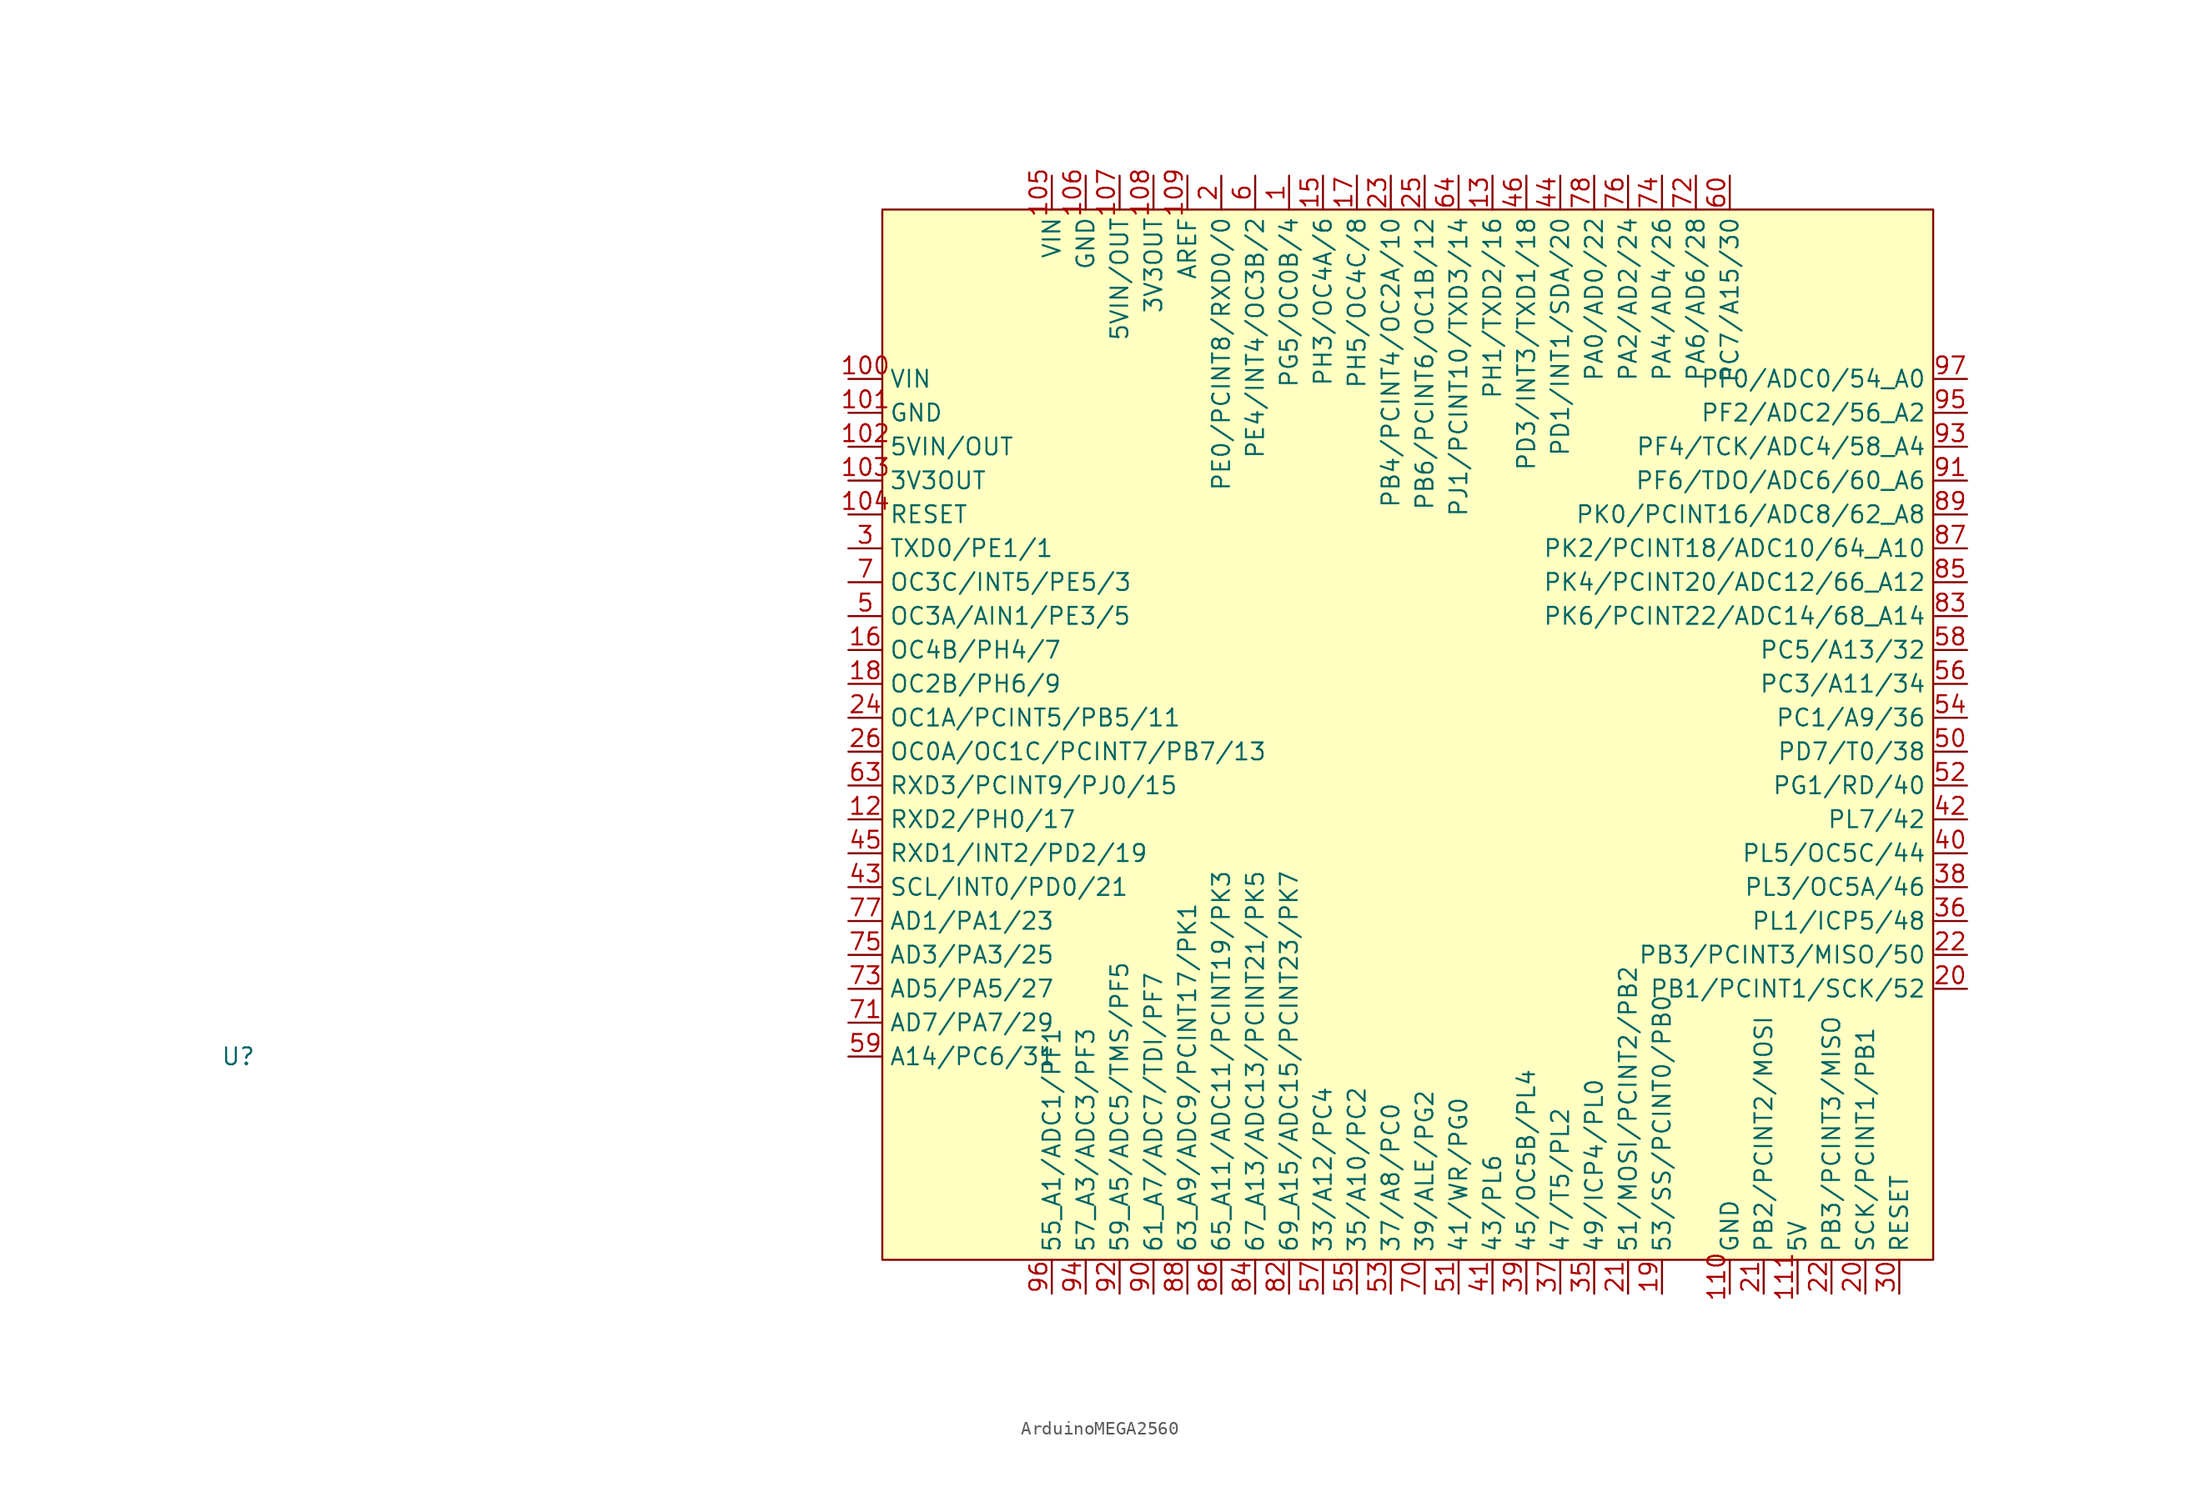
<source format=kicad_sym>
(kicad_symbol_lib
  (version 20220914)
  (generator kicad_symbol_editor)
  (symbol "ArduinoMEGA2560"
    (property "Reference" "U"
      (at -88.9 -22.86 0)
      (effects (font (size 1.27 1.27))))
    (property "Value" ""
      (at -40.64 15.24 0)
      (effects (font (size 1.27 1.27))))
    (symbol "ArduinoMEGA2560_1_1"
      (rectangle (start -40.64 40.64) (end 38.1 -38.1) (stroke (width 0) (type default)) (fill (type background)))
      (pin passive line (at -10.16 43.18 270) (length 2.54) (name "PG5/OC0B/4" (effects (font (size 1.27 1.27)))) (number "1" (effects (font (size 1.27 1.27)))))
      (pin passive line (at -43.18 27.94 0) (length 2.54) (name "VIN" (effects (font (size 1.27 1.27)))) (number "100" (effects (font (size 1.27 1.27)))))
      (pin passive line (at -43.18 25.4 0) (length 2.54) (name "GND" (effects (font (size 1.27 1.27)))) (number "101" (effects (font (size 1.27 1.27)))))
      (pin passive line (at -43.18 22.86 0) (length 2.54) (name "5VIN/OUT" (effects (font (size 1.27 1.27)))) (number "102" (effects (font (size 1.27 1.27)))))
      (pin passive line (at -43.18 20.32 0) (length 2.54) (name "3V3OUT" (effects (font (size 1.27 1.27)))) (number "103" (effects (font (size 1.27 1.27)))))
      (pin passive line (at -43.18 17.78 0) (length 2.54) (name "RESET" (effects (font (size 1.27 1.27)))) (number "104" (effects (font (size 1.27 1.27)))))
      (pin passive line (at -27.94 43.18 270) (length 2.54) (name "VIN" (effects (font (size 1.27 1.27)))) (number "105" (effects (font (size 1.27 1.27)))))
      (pin passive line (at -25.4 43.18 270) (length 2.54) (name "GND" (effects (font (size 1.27 1.27)))) (number "106" (effects (font (size 1.27 1.27)))))
      (pin passive line (at -22.86 43.18 270) (length 2.54) (name "5VIN/OUT" (effects (font (size 1.27 1.27)))) (number "107" (effects (font (size 1.27 1.27)))))
      (pin passive line (at -20.32 43.18 270) (length 2.54) (name "3V3OUT" (effects (font (size 1.27 1.27)))) (number "108" (effects (font (size 1.27 1.27)))))
      (pin passive line (at -17.78 43.18 270) (length 2.54) (name "AREF" (effects (font (size 1.27 1.27)))) (number "109" (effects (font (size 1.27 1.27)))))
      (pin passive line (at 22.86 -40.64 90) (length 2.54) (name "GND" (effects (font (size 1.27 1.27)))) (number "110" (effects (font (size 1.27 1.27)))))
      (pin passive line (at 27.94 -40.64 90) (length 2.54) (name "5V" (effects (font (size 1.27 1.27)))) (number "111" (effects (font (size 1.27 1.27)))))
      (pin passive line (at -43.18 -5.08 0) (length 2.54) (name "RXD2/PH0/17" (effects (font (size 1.27 1.27)))) (number "12" (effects (font (size 1.27 1.27)))))
      (pin passive line (at 5.08 43.18 270) (length 2.54) (name "PH1/TXD2/16" (effects (font (size 1.27 1.27)))) (number "13" (effects (font (size 1.27 1.27)))))
      (pin passive line (at -7.62 43.18 270) (length 2.54) (name "PH3/OC4A/6" (effects (font (size 1.27 1.27)))) (number "15" (effects (font (size 1.27 1.27)))))
      (pin passive line (at -43.18 7.62 0) (length 2.54) (name "OC4B/PH4/7" (effects (font (size 1.27 1.27)))) (number "16" (effects (font (size 1.27 1.27)))))
      (pin passive line (at -5.08 43.18 270) (length 2.54) (name "PH5/OC4C/8" (effects (font (size 1.27 1.27)))) (number "17" (effects (font (size 1.27 1.27)))))
      (pin passive line (at -43.18 5.08 0) (length 2.54) (name "OC2B/PH6/9" (effects (font (size 1.27 1.27)))) (number "18" (effects (font (size 1.27 1.27)))))
      (pin passive line (at 17.78 -40.64 90) (length 2.54) (name "53/SS/PCINT0/PB0" (effects (font (size 1.27 1.27)))) (number "19" (effects (font (size 1.27 1.27)))))
      (pin passive line (at -15.24 43.18 270) (length 2.54) (name "PE0/PCINT8/RXD0/0" (effects (font (size 1.27 1.27)))) (number "2" (effects (font (size 1.27 1.27)))))
      (pin passive line (at 40.64 -17.78 180) (length 2.54) (name "PB1/PCINT1/SCK/52" (effects (font (size 1.27 1.27)))) (number "20" (effects (font (size 1.27 1.27)))))
      (pin passive line (at 33.02 -40.64 90) (length 2.54) (name "SCK/PCINT1/PB1" (effects (font (size 1.27 1.27)))) (number "20" (effects (font (size 1.27 1.27)))))
      (pin passive line (at 15.24 -40.64 90) (length 2.54) (name "51/MOSI/PCINT2/PB2" (effects (font (size 1.27 1.27)))) (number "21" (effects (font (size 1.27 1.27)))))
      (pin passive line (at 25.4 -40.64 90) (length 2.54) (name "PB2/PCINT2/MOSI" (effects (font (size 1.27 1.27)))) (number "21" (effects (font (size 1.27 1.27)))))
      (pin passive line (at 30.48 -40.64 90) (length 2.54) (name "PB3/PCINT3/MISO" (effects (font (size 1.27 1.27)))) (number "22" (effects (font (size 1.27 1.27)))))
      (pin passive line (at 40.64 -15.24 180) (length 2.54) (name "PB3/PCINT3/MISO/50" (effects (font (size 1.27 1.27)))) (number "22" (effects (font (size 1.27 1.27)))))
      (pin passive line (at -2.54 43.18 270) (length 2.54) (name "PB4/PCINT4/OC2A/10" (effects (font (size 1.27 1.27)))) (number "23" (effects (font (size 1.27 1.27)))))
      (pin passive line (at -43.18 2.54 0) (length 2.54) (name "OC1A/PCINT5/PB5/11" (effects (font (size 1.27 1.27)))) (number "24" (effects (font (size 1.27 1.27)))))
      (pin passive line (at 0 43.18 270) (length 2.54) (name "PB6/PCINT6/OC1B/12" (effects (font (size 1.27 1.27)))) (number "25" (effects (font (size 1.27 1.27)))))
      (pin passive line (at -43.18 0 0) (length 2.54) (name "OC0A/OC1C/PCINT7/PB7/13" (effects (font (size 1.27 1.27)))) (number "26" (effects (font (size 1.27 1.27)))))
      (pin passive line (at -43.18 15.24 0) (length 2.54) (name "TXD0/PE1/1" (effects (font (size 1.27 1.27)))) (number "3" (effects (font (size 1.27 1.27)))))
      (pin passive line (at 35.56 -40.64 90) (length 2.54) (name "RESET" (effects (font (size 1.27 1.27)))) (number "30" (effects (font (size 1.27 1.27)))))
      (pin passive line (at 12.7 -40.64 90) (length 2.54) (name "49/ICP4/PL0" (effects (font (size 1.27 1.27)))) (number "35" (effects (font (size 1.27 1.27)))))
      (pin passive line (at 40.64 -12.7 180) (length 2.54) (name "PL1/ICP5/48" (effects (font (size 1.27 1.27)))) (number "36" (effects (font (size 1.27 1.27)))))
      (pin passive line (at 10.16 -40.64 90) (length 2.54) (name "47/T5/PL2" (effects (font (size 1.27 1.27)))) (number "37" (effects (font (size 1.27 1.27)))))
      (pin passive line (at 40.64 -10.16 180) (length 2.54) (name "PL3/OC5A/46" (effects (font (size 1.27 1.27)))) (number "38" (effects (font (size 1.27 1.27)))))
      (pin passive line (at 7.62 -40.64 90) (length 2.54) (name "45/OC5B/PL4" (effects (font (size 1.27 1.27)))) (number "39" (effects (font (size 1.27 1.27)))))
      (pin passive line (at 40.64 -7.62 180) (length 2.54) (name "PL5/OC5C/44" (effects (font (size 1.27 1.27)))) (number "40" (effects (font (size 1.27 1.27)))))
      (pin passive line (at 5.08 -40.64 90) (length 2.54) (name "43/PL6" (effects (font (size 1.27 1.27)))) (number "41" (effects (font (size 1.27 1.27)))))
      (pin passive line (at 40.64 -5.08 180) (length 2.54) (name "PL7/42" (effects (font (size 1.27 1.27)))) (number "42" (effects (font (size 1.27 1.27)))))
      (pin passive line (at -43.18 -10.16 0) (length 2.54) (name "SCL/INT0/PD0/21" (effects (font (size 1.27 1.27)))) (number "43" (effects (font (size 1.27 1.27)))))
      (pin passive line (at 10.16 43.18 270) (length 2.54) (name "PD1/INT1/SDA/20" (effects (font (size 1.27 1.27)))) (number "44" (effects (font (size 1.27 1.27)))))
      (pin passive line (at -43.18 -7.62 0) (length 2.54) (name "RXD1/INT2/PD2/19" (effects (font (size 1.27 1.27)))) (number "45" (effects (font (size 1.27 1.27)))))
      (pin passive line (at 7.62 43.18 270) (length 2.54) (name "PD3/INT3/TXD1/18" (effects (font (size 1.27 1.27)))) (number "46" (effects (font (size 1.27 1.27)))))
      (pin passive line (at -43.18 10.16 0) (length 2.54) (name "OC3A/AIN1/PE3/5" (effects (font (size 1.27 1.27)))) (number "5" (effects (font (size 1.27 1.27)))))
      (pin passive line (at 40.64 0 180) (length 2.54) (name "PD7/T0/38" (effects (font (size 1.27 1.27)))) (number "50" (effects (font (size 1.27 1.27)))))
      (pin passive line (at 2.54 -40.64 90) (length 2.54) (name "41/WR/PG0" (effects (font (size 1.27 1.27)))) (number "51" (effects (font (size 1.27 1.27)))))
      (pin passive line (at 40.64 -2.54 180) (length 2.54) (name "PG1/RD/40" (effects (font (size 1.27 1.27)))) (number "52" (effects (font (size 1.27 1.27)))))
      (pin passive line (at -2.54 -40.64 90) (length 2.54) (name "37/A8/PC0" (effects (font (size 1.27 1.27)))) (number "53" (effects (font (size 1.27 1.27)))))
      (pin passive line (at 40.64 2.54 180) (length 2.54) (name "PC1/A9/36" (effects (font (size 1.27 1.27)))) (number "54" (effects (font (size 1.27 1.27)))))
      (pin passive line (at -5.08 -40.64 90) (length 2.54) (name "35/A10/PC2" (effects (font (size 1.27 1.27)))) (number "55" (effects (font (size 1.27 1.27)))))
      (pin passive line (at 40.64 5.08 180) (length 2.54) (name "PC3/A11/34" (effects (font (size 1.27 1.27)))) (number "56" (effects (font (size 1.27 1.27)))))
      (pin passive line (at -7.62 -40.64 90) (length 2.54) (name "33/A12/PC4" (effects (font (size 1.27 1.27)))) (number "57" (effects (font (size 1.27 1.27)))))
      (pin passive line (at 40.64 7.62 180) (length 2.54) (name "PC5/A13/32" (effects (font (size 1.27 1.27)))) (number "58" (effects (font (size 1.27 1.27)))))
      (pin passive line (at -43.18 -22.86 0) (length 2.54) (name "A14/PC6/31" (effects (font (size 1.27 1.27)))) (number "59" (effects (font (size 1.27 1.27)))))
      (pin passive line (at -12.7 43.18 270) (length 2.54) (name "PE4/INT4/OC3B/2" (effects (font (size 1.27 1.27)))) (number "6" (effects (font (size 1.27 1.27)))))
      (pin passive line (at 22.86 43.18 270) (length 2.54) (name "PC7/A15/30" (effects (font (size 1.27 1.27)))) (number "60" (effects (font (size 1.27 1.27)))))
      (pin passive line (at -43.18 -2.54 0) (length 2.54) (name "RXD3/PCINT9/PJ0/15" (effects (font (size 1.27 1.27)))) (number "63" (effects (font (size 1.27 1.27)))))
      (pin passive line (at 2.54 43.18 270) (length 2.54) (name "PJ1/PCINT10/TXD3/14" (effects (font (size 1.27 1.27)))) (number "64" (effects (font (size 1.27 1.27)))))
      (pin passive line (at -43.18 12.7 0) (length 2.54) (name "OC3C/INT5/PE5/3" (effects (font (size 1.27 1.27)))) (number "7" (effects (font (size 1.27 1.27)))))
      (pin passive line (at 0 -40.64 90) (length 2.54) (name "39/ALE/PG2" (effects (font (size 1.27 1.27)))) (number "70" (effects (font (size 1.27 1.27)))))
      (pin passive line (at -43.18 -20.32 0) (length 2.54) (name "AD7/PA7/29" (effects (font (size 1.27 1.27)))) (number "71" (effects (font (size 1.27 1.27)))))
      (pin passive line (at 20.32 43.18 270) (length 2.54) (name "PA6/AD6/28" (effects (font (size 1.27 1.27)))) (number "72" (effects (font (size 1.27 1.27)))))
      (pin passive line (at -43.18 -17.78 0) (length 2.54) (name "AD5/PA5/27" (effects (font (size 1.27 1.27)))) (number "73" (effects (font (size 1.27 1.27)))))
      (pin passive line (at 17.78 43.18 270) (length 2.54) (name "PA4/AD4/26" (effects (font (size 1.27 1.27)))) (number "74" (effects (font (size 1.27 1.27)))))
      (pin passive line (at -43.18 -15.24 0) (length 2.54) (name "AD3/PA3/25" (effects (font (size 1.27 1.27)))) (number "75" (effects (font (size 1.27 1.27)))))
      (pin passive line (at 15.24 43.18 270) (length 2.54) (name "PA2/AD2/24" (effects (font (size 1.27 1.27)))) (number "76" (effects (font (size 1.27 1.27)))))
      (pin passive line (at -43.18 -12.7 0) (length 2.54) (name "AD1/PA1/23" (effects (font (size 1.27 1.27)))) (number "77" (effects (font (size 1.27 1.27)))))
      (pin passive line (at 12.7 43.18 270) (length 2.54) (name "PA0/AD0/22" (effects (font (size 1.27 1.27)))) (number "78" (effects (font (size 1.27 1.27)))))
      (pin passive line (at -10.16 -40.64 90) (length 2.54) (name "69_A15/ADC15/PCINT23/PK7" (effects (font (size 1.27 1.27)))) (number "82" (effects (font (size 1.27 1.27)))))
      (pin passive line (at 40.64 10.16 180) (length 2.54) (name "PK6/PCINT22/ADC14/68_A14" (effects (font (size 1.27 1.27)))) (number "83" (effects (font (size 1.27 1.27)))))
      (pin passive line (at -12.7 -40.64 90) (length 2.54) (name "67_A13/ADC13/PCINT21/PK5" (effects (font (size 1.27 1.27)))) (number "84" (effects (font (size 1.27 1.27)))))
      (pin passive line (at 40.64 12.7 180) (length 2.54) (name "PK4/PCINT20/ADC12/66_A12" (effects (font (size 1.27 1.27)))) (number "85" (effects (font (size 1.27 1.27)))))
      (pin passive line (at -15.24 -40.64 90) (length 2.54) (name "65_A11/ADC11/PCINT19/PK3" (effects (font (size 1.27 1.27)))) (number "86" (effects (font (size 1.27 1.27)))))
      (pin passive line (at 40.64 15.24 180) (length 2.54) (name "PK2/PCINT18/ADC10/64_A10" (effects (font (size 1.27 1.27)))) (number "87" (effects (font (size 1.27 1.27)))))
      (pin passive line (at -17.78 -40.64 90) (length 2.54) (name "63_A9/ADC9/PCINT17/PK1" (effects (font (size 1.27 1.27)))) (number "88" (effects (font (size 1.27 1.27)))))
      (pin passive line (at 40.64 17.78 180) (length 2.54) (name "PK0/PCINT16/ADC8/62_A8" (effects (font (size 1.27 1.27)))) (number "89" (effects (font (size 1.27 1.27)))))
      (pin passive line (at -20.32 -40.64 90) (length 2.54) (name "61_A7/ADC7/TDI/PF7" (effects (font (size 1.27 1.27)))) (number "90" (effects (font (size 1.27 1.27)))))
      (pin passive line (at 40.64 20.32 180) (length 2.54) (name "PF6/TDO/ADC6/60_A6" (effects (font (size 1.27 1.27)))) (number "91" (effects (font (size 1.27 1.27)))))
      (pin passive line (at -22.86 -40.64 90) (length 2.54) (name "59_A5/ADC5/TMS/PF5" (effects (font (size 1.27 1.27)))) (number "92" (effects (font (size 1.27 1.27)))))
      (pin passive line (at 40.64 22.86 180) (length 2.54) (name "PF4/TCK/ADC4/58_A4" (effects (font (size 1.27 1.27)))) (number "93" (effects (font (size 1.27 1.27)))))
      (pin passive line (at -25.4 -40.64 90) (length 2.54) (name "57_A3/ADC3/PF3" (effects (font (size 1.27 1.27)))) (number "94" (effects (font (size 1.27 1.27)))))
      (pin passive line (at 40.64 25.4 180) (length 2.54) (name "PF2/ADC2/56_A2" (effects (font (size 1.27 1.27)))) (number "95" (effects (font (size 1.27 1.27)))))
      (pin passive line (at -27.94 -40.64 90) (length 2.54) (name "55_A1/ADC1/PF1" (effects (font (size 1.27 1.27)))) (number "96" (effects (font (size 1.27 1.27)))))
      (pin passive line (at 40.64 27.94 180) (length 2.54) (name "PF0/ADC0/54_A0" (effects (font (size 1.27 1.27)))) (number "97" (effects (font (size 1.27 1.27))))))))
</source>
